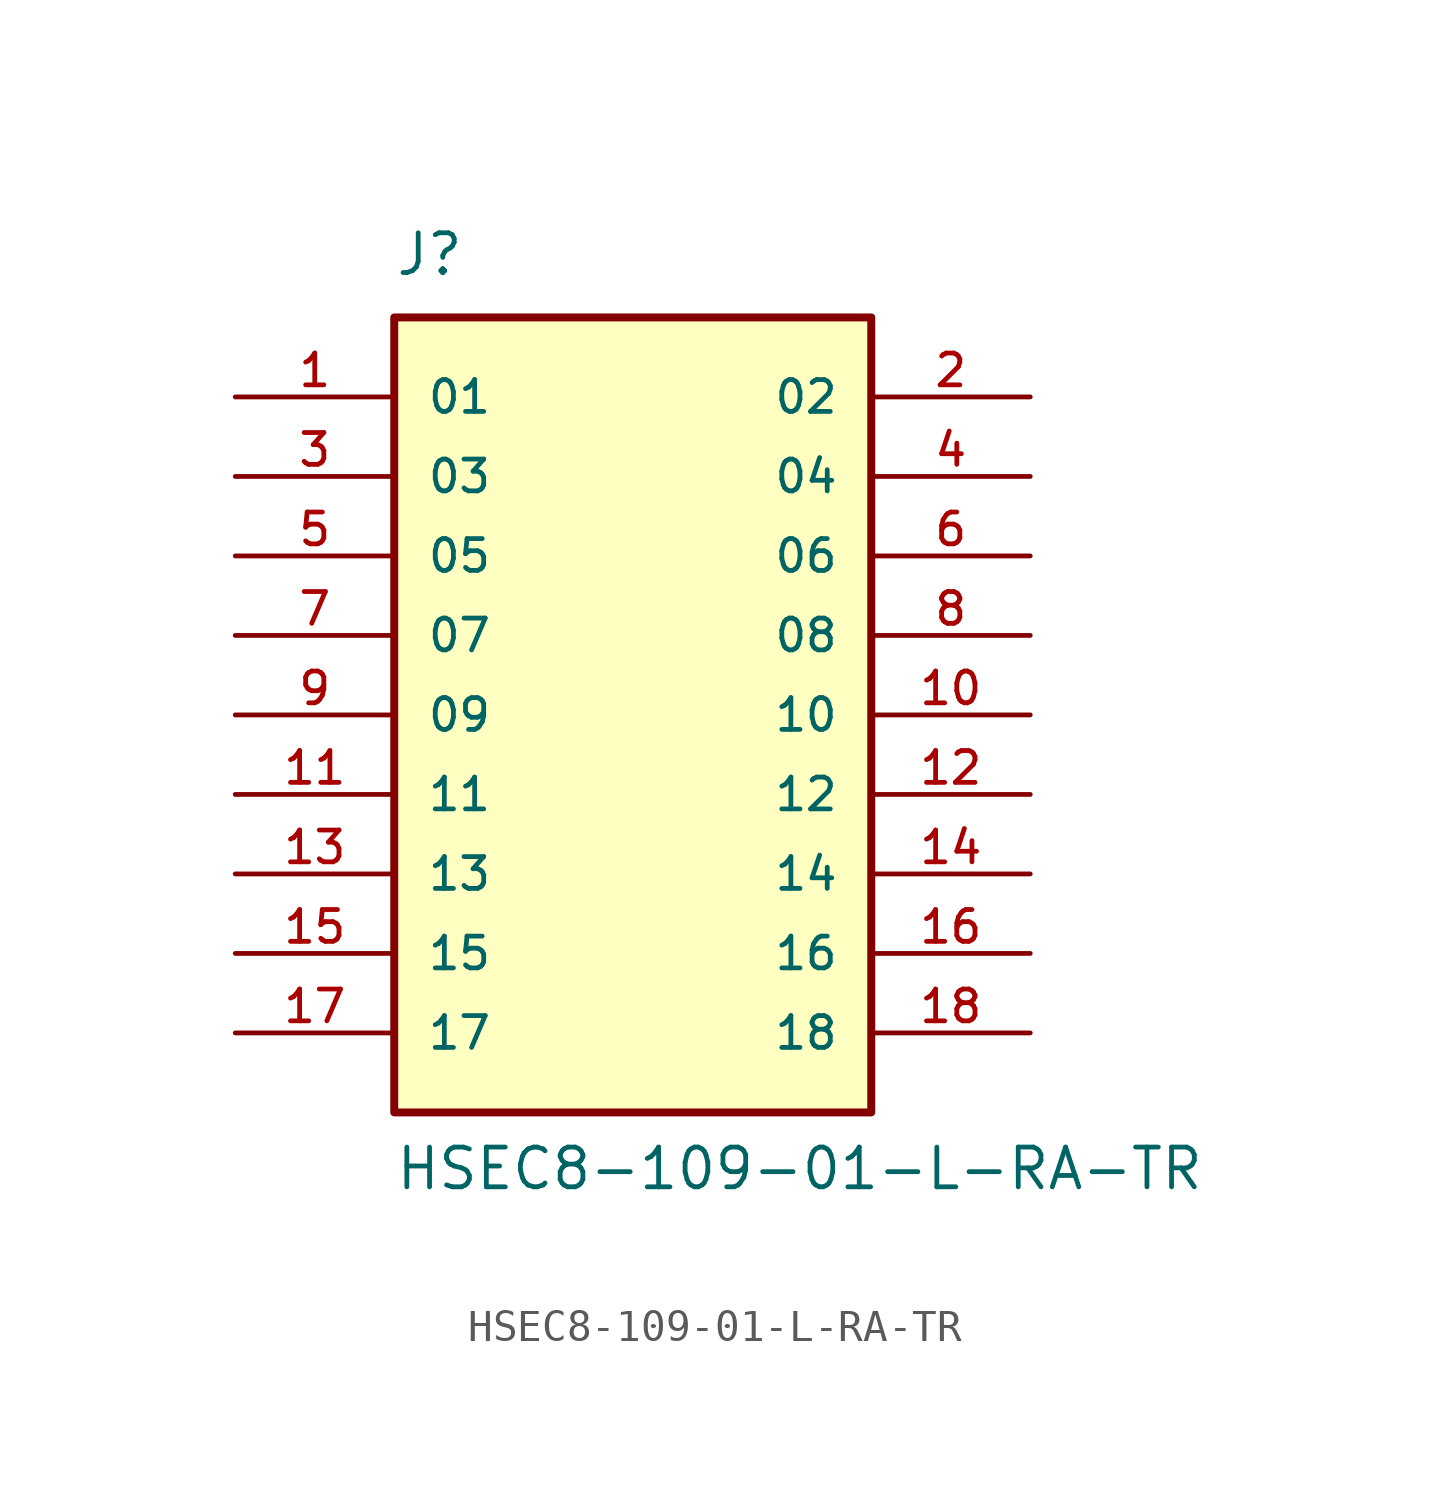
<source format=kicad_sym>
(kicad_symbol_lib
  (version 20231120)
  (generator "kicad_symbol_editor")
  (generator_version "8.0")
  (symbol "HSEC8-109-01-L-RA-TR"
    (pin_names
      (offset 1.016))
    (property "Reference" "J"
      (at -7.62 13.97 0)
      (effects (font (size 1.27 1.27)) (justify left bottom)))
    (property "Value" "HSEC8-109-01-L-RA-TR"
      (at -7.62 -15.24 0)
      (effects (font (size 1.27 1.27)) (justify left bottom)))
    (symbol "HSEC8-109-01-L-RA-TR_0_0"
      (rectangle (start -7.62 -12.7) (end 7.62 12.7) (stroke (width 0.254) (type default)) (fill (type background)))
      (pin passive line (at -12.7 10.16 0) (length 5.08) (name "01" (effects (font (size 1.016 1.016)))) (number "1" (effects (font (size 1.016 1.016)))))
      (pin passive line (at 12.7 0 180) (length 5.08) (name "10" (effects (font (size 1.016 1.016)))) (number "10" (effects (font (size 1.016 1.016)))))
      (pin passive line (at -12.7 -2.54 0) (length 5.08) (name "11" (effects (font (size 1.016 1.016)))) (number "11" (effects (font (size 1.016 1.016)))))
      (pin passive line (at 12.7 -2.54 180) (length 5.08) (name "12" (effects (font (size 1.016 1.016)))) (number "12" (effects (font (size 1.016 1.016)))))
      (pin passive line (at -12.7 -5.08 0) (length 5.08) (name "13" (effects (font (size 1.016 1.016)))) (number "13" (effects (font (size 1.016 1.016)))))
      (pin passive line (at 12.7 -5.08 180) (length 5.08) (name "14" (effects (font (size 1.016 1.016)))) (number "14" (effects (font (size 1.016 1.016)))))
      (pin passive line (at -12.7 -7.62 0) (length 5.08) (name "15" (effects (font (size 1.016 1.016)))) (number "15" (effects (font (size 1.016 1.016)))))
      (pin passive line (at 12.7 -7.62 180) (length 5.08) (name "16" (effects (font (size 1.016 1.016)))) (number "16" (effects (font (size 1.016 1.016)))))
      (pin passive line (at -12.7 -10.16 0) (length 5.08) (name "17" (effects (font (size 1.016 1.016)))) (number "17" (effects (font (size 1.016 1.016)))))
      (pin passive line (at 12.7 -10.16 180) (length 5.08) (name "18" (effects (font (size 1.016 1.016)))) (number "18" (effects (font (size 1.016 1.016)))))
      (pin passive line (at 12.7 10.16 180) (length 5.08) (name "02" (effects (font (size 1.016 1.016)))) (number "2" (effects (font (size 1.016 1.016)))))
      (pin passive line (at -12.7 7.62 0) (length 5.08) (name "03" (effects (font (size 1.016 1.016)))) (number "3" (effects (font (size 1.016 1.016)))))
      (pin passive line (at 12.7 7.62 180) (length 5.08) (name "04" (effects (font (size 1.016 1.016)))) (number "4" (effects (font (size 1.016 1.016)))))
      (pin passive line (at -12.7 5.08 0) (length 5.08) (name "05" (effects (font (size 1.016 1.016)))) (number "5" (effects (font (size 1.016 1.016)))))
      (pin passive line (at 12.7 5.08 180) (length 5.08) (name "06" (effects (font (size 1.016 1.016)))) (number "6" (effects (font (size 1.016 1.016)))))
      (pin passive line (at -12.7 2.54 0) (length 5.08) (name "07" (effects (font (size 1.016 1.016)))) (number "7" (effects (font (size 1.016 1.016)))))
      (pin passive line (at 12.7 2.54 180) (length 5.08) (name "08" (effects (font (size 1.016 1.016)))) (number "8" (effects (font (size 1.016 1.016)))))
      (pin passive line (at -12.7 0 0) (length 5.08) (name "09" (effects (font (size 1.016 1.016)))) (number "9" (effects (font (size 1.016 1.016))))))))
</source>
